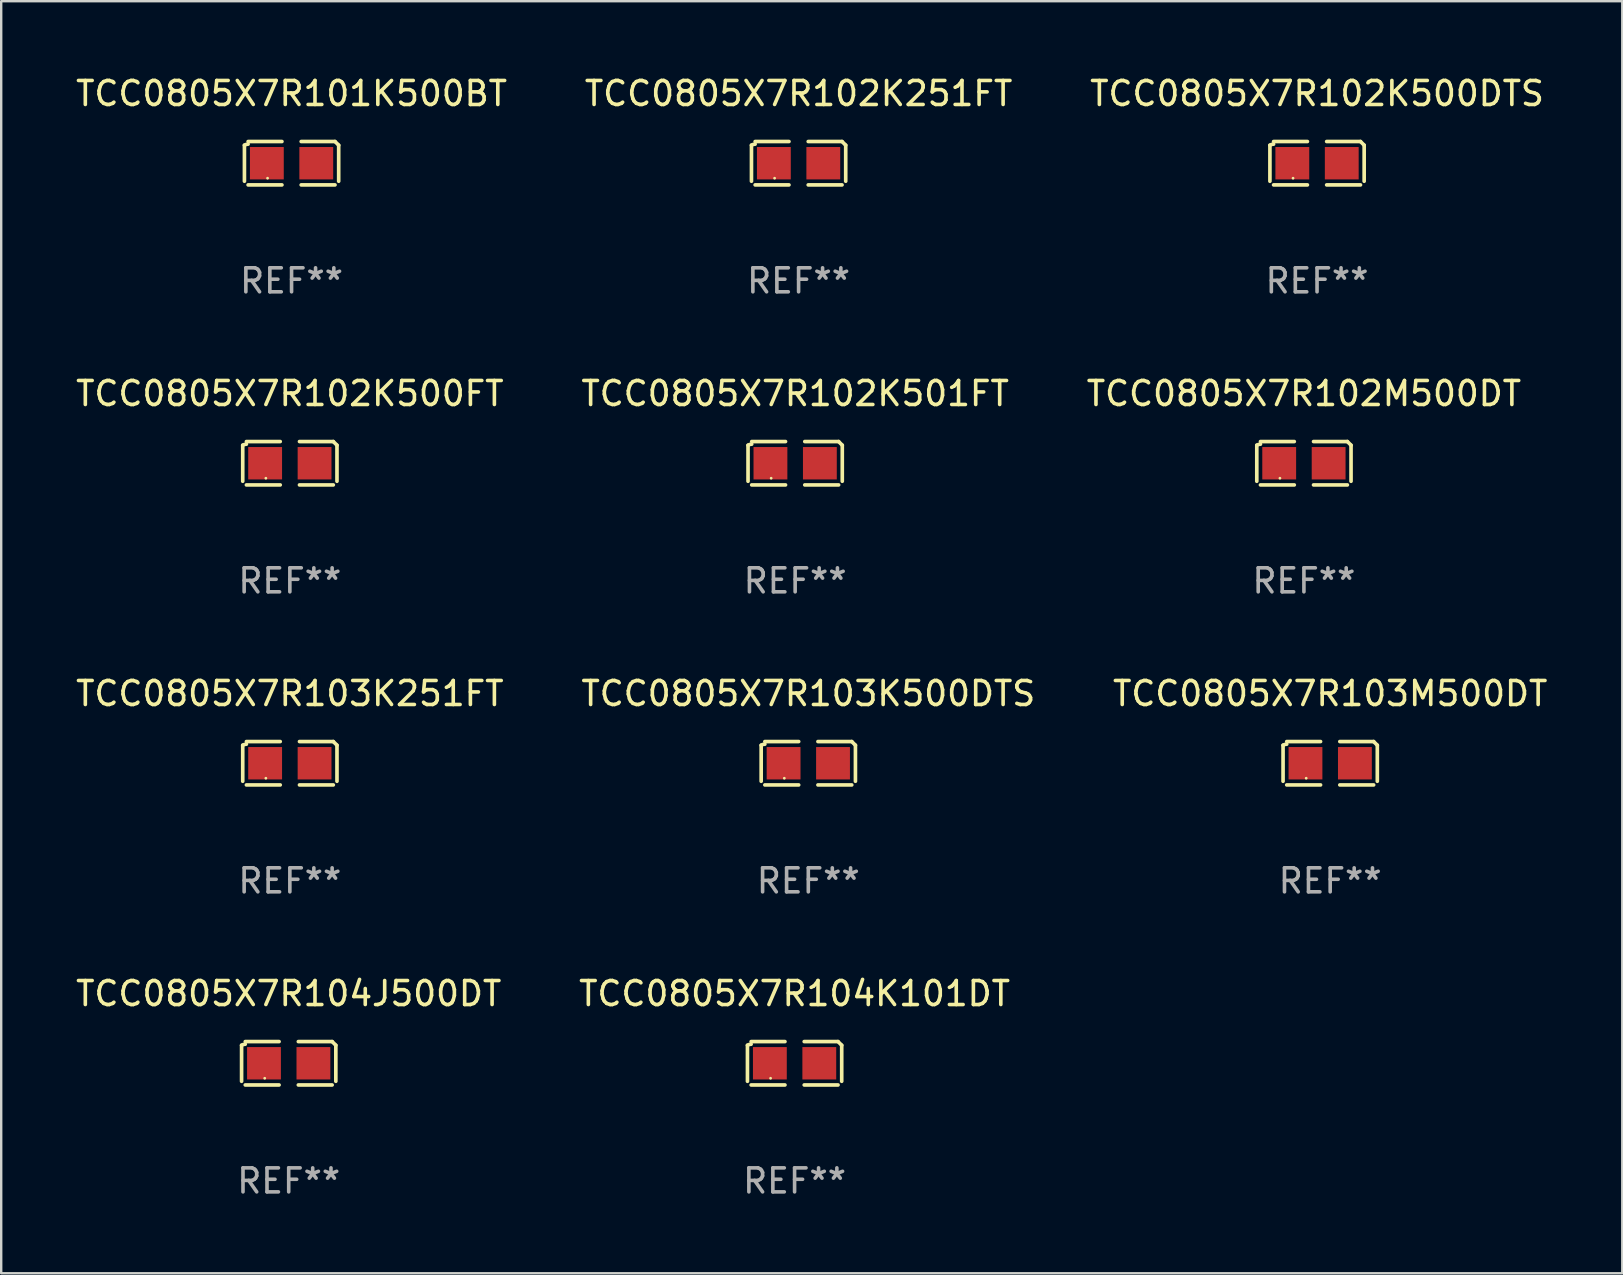
<source format=kicad_pcb>
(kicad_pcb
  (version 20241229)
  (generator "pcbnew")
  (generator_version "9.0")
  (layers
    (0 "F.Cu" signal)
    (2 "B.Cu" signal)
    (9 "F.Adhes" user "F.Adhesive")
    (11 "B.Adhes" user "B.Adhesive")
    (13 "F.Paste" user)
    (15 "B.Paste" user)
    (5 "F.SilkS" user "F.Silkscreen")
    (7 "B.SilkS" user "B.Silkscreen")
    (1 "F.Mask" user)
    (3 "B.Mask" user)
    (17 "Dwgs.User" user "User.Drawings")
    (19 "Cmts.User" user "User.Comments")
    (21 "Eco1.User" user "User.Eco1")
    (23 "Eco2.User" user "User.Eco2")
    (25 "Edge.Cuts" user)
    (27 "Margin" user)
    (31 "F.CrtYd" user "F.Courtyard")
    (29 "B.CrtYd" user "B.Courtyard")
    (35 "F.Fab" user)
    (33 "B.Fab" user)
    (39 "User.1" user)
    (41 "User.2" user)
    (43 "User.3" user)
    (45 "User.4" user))
  (footprint "TCC0805X7R102M500DT"
    (layer "F.Cu")
    (at 51.292 16.256)
    (property "Reference" "TCC0805X7R102M500DT" (at 0 -2.904 0) (layer "F.SilkS") (effects (font (size 1 1) (thickness 0.15))))
    (attr through_hole)
    (fp_line (start -1.964 0.751) (end -1.964 -0.751) (stroke (width 0.152) (type solid)) (layer "F.SilkS"))
    (fp_line (start -1.811 -0.904) (end -0.401 -0.904) (stroke (width 0.152) (type solid)) (layer "F.SilkS"))
    (fp_line (start -0.401 0.904) (end -1.811 0.904) (stroke (width 0.152) (type solid)) (layer "F.SilkS"))
    (fp_line (start 0.401 0.904) (end 1.811 0.904) (stroke (width 0.152) (type solid)) (layer "F.SilkS"))
    (fp_line (start 1.811 -0.904) (end 0.401 -0.904) (stroke (width 0.152) (type solid)) (layer "F.SilkS"))
    (fp_line (start 1.964 0.751) (end 1.964 -0.751) (stroke (width 0.152) (type solid)) (layer "F.SilkS"))
    (fp_arc (start -1.963602 -0.751207) (mid -1.890354 -0.783131) (end -1.811201 -0.794044) (stroke (width 0.1524) (type solid)) (layer "F.SilkS"))
    (fp_arc (start 1.811202 -0.903607) (mid 1.887413 -0.827418) (end 1.963602 -0.751207) (stroke (width 0.1524) (type solid)) (layer "F.SilkS"))
    (fp_circle (center -1 0.625) (end -0.97 0.625) (stroke (width 0.06) (type solid)) (fill no) (layer "F.SilkS"))
    (fp_text user "REF**" (at 0 4.904 0) (layer "F.Fab") (effects (font (size 1 1) (thickness 0.15))))
    (pad "1" smd rect (at -1.03 0) (size 1.41 1.35) (layers "F.Cu" "F.Mask" "F.Paste"))
    (pad "2" smd rect (at 1.03 0) (size 1.41 1.35) (layers "F.Cu" "F.Mask" "F.Paste")))
  (footprint "TCC0805X7R104K101DT"
    (layer "F.Cu")
    (at 30.065 41.263)
    (property "Reference" "TCC0805X7R104K101DT" (at 0 -2.904 0) (layer "F.SilkS") (effects (font (size 1 1) (thickness 0.15))))
    (attr through_hole)
    (fp_line (start -1.964 0.751) (end -1.964 -0.751) (stroke (width 0.152) (type solid)) (layer "F.SilkS"))
    (fp_line (start -1.811 -0.904) (end -0.401 -0.904) (stroke (width 0.152) (type solid)) (layer "F.SilkS"))
    (fp_line (start -0.401 0.904) (end -1.811 0.904) (stroke (width 0.152) (type solid)) (layer "F.SilkS"))
    (fp_line (start 0.401 0.904) (end 1.811 0.904) (stroke (width 0.152) (type solid)) (layer "F.SilkS"))
    (fp_line (start 1.811 -0.904) (end 0.401 -0.904) (stroke (width 0.152) (type solid)) (layer "F.SilkS"))
    (fp_line (start 1.964 0.751) (end 1.964 -0.751) (stroke (width 0.152) (type solid)) (layer "F.SilkS"))
    (fp_arc (start -1.963602 -0.751207) (mid -1.890354 -0.783131) (end -1.811201 -0.794044) (stroke (width 0.1524) (type solid)) (layer "F.SilkS"))
    (fp_arc (start 1.811202 -0.903607) (mid 1.887413 -0.827418) (end 1.963602 -0.751207) (stroke (width 0.1524) (type solid)) (layer "F.SilkS"))
    (fp_circle (center -1 0.625) (end -0.97 0.625) (stroke (width 0.06) (type solid)) (fill no) (layer "F.SilkS"))
    (fp_text user "REF**" (at 0 4.904 0) (layer "F.Fab") (effects (font (size 1 1) (thickness 0.15))))
    (pad "1" smd rect (at -1.03 0) (size 1.41 1.35) (layers "F.Cu" "F.Mask" "F.Paste"))
    (pad "2" smd rect (at 1.03 0) (size 1.41 1.35) (layers "F.Cu" "F.Mask" "F.Paste")))
  (footprint "TCC0805X7R103K500DTS"
    (layer "F.Cu")
    (at 30.637 28.759)
    (property "Reference" "TCC0805X7R103K500DTS" (at 0 -2.904 0) (layer "F.SilkS") (effects (font (size 1 1) (thickness 0.15))))
    (attr through_hole)
    (fp_line (start -1.964 0.751) (end -1.964 -0.751) (stroke (width 0.152) (type solid)) (layer "F.SilkS"))
    (fp_line (start -1.811 -0.904) (end -0.401 -0.904) (stroke (width 0.152) (type solid)) (layer "F.SilkS"))
    (fp_line (start -0.401 0.904) (end -1.811 0.904) (stroke (width 0.152) (type solid)) (layer "F.SilkS"))
    (fp_line (start 0.401 0.904) (end 1.811 0.904) (stroke (width 0.152) (type solid)) (layer "F.SilkS"))
    (fp_line (start 1.811 -0.904) (end 0.401 -0.904) (stroke (width 0.152) (type solid)) (layer "F.SilkS"))
    (fp_line (start 1.964 0.751) (end 1.964 -0.751) (stroke (width 0.152) (type solid)) (layer "F.SilkS"))
    (fp_arc (start -1.963602 -0.751207) (mid -1.890354 -0.783131) (end -1.811201 -0.794044) (stroke (width 0.1524) (type solid)) (layer "F.SilkS"))
    (fp_arc (start 1.811202 -0.903607) (mid 1.887413 -0.827418) (end 1.963602 -0.751207) (stroke (width 0.1524) (type solid)) (layer "F.SilkS"))
    (fp_circle (center -1 0.625) (end -0.97 0.625) (stroke (width 0.06) (type solid)) (fill no) (layer "F.SilkS"))
    (fp_text user "REF**" (at 0 4.904 0) (layer "F.Fab") (effects (font (size 1 1) (thickness 0.15))))
    (pad "1" smd rect (at -1.03 0) (size 1.41 1.35) (layers "F.Cu" "F.Mask" "F.Paste"))
    (pad "2" smd rect (at 1.03 0) (size 1.41 1.35) (layers "F.Cu" "F.Mask" "F.Paste")))
  (footprint "TCC0805X7R102K500DTS"
    (layer "F.Cu")
    (at 51.839 3.752)
    (property "Reference" "TCC0805X7R102K500DTS" (at 0 -2.904 0) (layer "F.SilkS") (effects (font (size 1 1) (thickness 0.15))))
    (attr through_hole)
    (fp_line (start -1.964 0.751) (end -1.964 -0.751) (stroke (width 0.152) (type solid)) (layer "F.SilkS"))
    (fp_line (start -1.811 -0.904) (end -0.401 -0.904) (stroke (width 0.152) (type solid)) (layer "F.SilkS"))
    (fp_line (start -0.401 0.904) (end -1.811 0.904) (stroke (width 0.152) (type solid)) (layer "F.SilkS"))
    (fp_line (start 0.401 0.904) (end 1.811 0.904) (stroke (width 0.152) (type solid)) (layer "F.SilkS"))
    (fp_line (start 1.811 -0.904) (end 0.401 -0.904) (stroke (width 0.152) (type solid)) (layer "F.SilkS"))
    (fp_line (start 1.964 0.751) (end 1.964 -0.751) (stroke (width 0.152) (type solid)) (layer "F.SilkS"))
    (fp_arc (start -1.963602 -0.751207) (mid -1.890354 -0.783131) (end -1.811201 -0.794044) (stroke (width 0.1524) (type solid)) (layer "F.SilkS"))
    (fp_arc (start 1.811202 -0.903607) (mid 1.887413 -0.827418) (end 1.963602 -0.751207) (stroke (width 0.1524) (type solid)) (layer "F.SilkS"))
    (fp_circle (center -1 0.625) (end -0.97 0.625) (stroke (width 0.06) (type solid)) (fill no) (layer "F.SilkS"))
    (fp_text user "REF**" (at 0 4.904 0) (layer "F.Fab") (effects (font (size 1 1) (thickness 0.15))))
    (pad "1" smd rect (at -1.03 0) (size 1.41 1.35) (layers "F.Cu" "F.Mask" "F.Paste"))
    (pad "2" smd rect (at 1.03 0) (size 1.41 1.35) (layers "F.Cu" "F.Mask" "F.Paste")))
  (footprint "TCC0805X7R103K251FT"
    (layer "F.Cu")
    (at 9.03 28.759)
    (property "Reference" "TCC0805X7R103K251FT" (at 0 -2.904 0) (layer "F.SilkS") (effects (font (size 1 1) (thickness 0.15))))
    (attr through_hole)
    (fp_line (start -1.964 0.751) (end -1.964 -0.751) (stroke (width 0.152) (type solid)) (layer "F.SilkS"))
    (fp_line (start -1.811 -0.904) (end -0.401 -0.904) (stroke (width 0.152) (type solid)) (layer "F.SilkS"))
    (fp_line (start -0.401 0.904) (end -1.811 0.904) (stroke (width 0.152) (type solid)) (layer "F.SilkS"))
    (fp_line (start 0.401 0.904) (end 1.811 0.904) (stroke (width 0.152) (type solid)) (layer "F.SilkS"))
    (fp_line (start 1.811 -0.904) (end 0.401 -0.904) (stroke (width 0.152) (type solid)) (layer "F.SilkS"))
    (fp_line (start 1.964 0.751) (end 1.964 -0.751) (stroke (width 0.152) (type solid)) (layer "F.SilkS"))
    (fp_arc (start -1.963602 -0.751207) (mid -1.890354 -0.783131) (end -1.811201 -0.794044) (stroke (width 0.1524) (type solid)) (layer "F.SilkS"))
    (fp_arc (start 1.811202 -0.903607) (mid 1.887413 -0.827418) (end 1.963602 -0.751207) (stroke (width 0.1524) (type solid)) (layer "F.SilkS"))
    (fp_circle (center -1 0.625) (end -0.97 0.625) (stroke (width 0.06) (type solid)) (fill no) (layer "F.SilkS"))
    (fp_text user "REF**" (at 0 4.904 0) (layer "F.Fab") (effects (font (size 1 1) (thickness 0.15))))
    (pad "1" smd rect (at -1.03 0) (size 1.41 1.35) (layers "F.Cu" "F.Mask" "F.Paste"))
    (pad "2" smd rect (at 1.03 0) (size 1.41 1.35) (layers "F.Cu" "F.Mask" "F.Paste")))
  (footprint "TCC0805X7R103M500DT"
    (layer "F.Cu")
    (at 52.387 28.759)
    (property "Reference" "TCC0805X7R103M500DT" (at 0 -2.904 0) (layer "F.SilkS") (effects (font (size 1 1) (thickness 0.15))))
    (attr through_hole)
    (fp_line (start -1.964 0.751) (end -1.964 -0.751) (stroke (width 0.152) (type solid)) (layer "F.SilkS"))
    (fp_line (start -1.811 -0.904) (end -0.401 -0.904) (stroke (width 0.152) (type solid)) (layer "F.SilkS"))
    (fp_line (start -0.401 0.904) (end -1.811 0.904) (stroke (width 0.152) (type solid)) (layer "F.SilkS"))
    (fp_line (start 0.401 0.904) (end 1.811 0.904) (stroke (width 0.152) (type solid)) (layer "F.SilkS"))
    (fp_line (start 1.811 -0.904) (end 0.401 -0.904) (stroke (width 0.152) (type solid)) (layer "F.SilkS"))
    (fp_line (start 1.964 0.751) (end 1.964 -0.751) (stroke (width 0.152) (type solid)) (layer "F.SilkS"))
    (fp_arc (start -1.963602 -0.751207) (mid -1.890354 -0.783131) (end -1.811201 -0.794044) (stroke (width 0.1524) (type solid)) (layer "F.SilkS"))
    (fp_arc (start 1.811202 -0.903607) (mid 1.887413 -0.827418) (end 1.963602 -0.751207) (stroke (width 0.1524) (type solid)) (layer "F.SilkS"))
    (fp_circle (center -1 0.625) (end -0.97 0.625) (stroke (width 0.06) (type solid)) (fill no) (layer "F.SilkS"))
    (fp_text user "REF**" (at 0 4.904 0) (layer "F.Fab") (effects (font (size 1 1) (thickness 0.15))))
    (pad "1" smd rect (at -1.03 0) (size 1.41 1.35) (layers "F.Cu" "F.Mask" "F.Paste"))
    (pad "2" smd rect (at 1.03 0) (size 1.41 1.35) (layers "F.Cu" "F.Mask" "F.Paste")))
  (footprint "TCC0805X7R104J500DT"
    (layer "F.Cu")
    (at 8.982 41.263)
    (property "Reference" "TCC0805X7R104J500DT" (at 0 -2.904 0) (layer "F.SilkS") (effects (font (size 1 1) (thickness 0.15))))
    (attr through_hole)
    (fp_line (start -1.964 0.751) (end -1.964 -0.751) (stroke (width 0.152) (type solid)) (layer "F.SilkS"))
    (fp_line (start -1.811 -0.904) (end -0.401 -0.904) (stroke (width 0.152) (type solid)) (layer "F.SilkS"))
    (fp_line (start -0.401 0.904) (end -1.811 0.904) (stroke (width 0.152) (type solid)) (layer "F.SilkS"))
    (fp_line (start 0.401 0.904) (end 1.811 0.904) (stroke (width 0.152) (type solid)) (layer "F.SilkS"))
    (fp_line (start 1.811 -0.904) (end 0.401 -0.904) (stroke (width 0.152) (type solid)) (layer "F.SilkS"))
    (fp_line (start 1.964 0.751) (end 1.964 -0.751) (stroke (width 0.152) (type solid)) (layer "F.SilkS"))
    (fp_arc (start -1.963602 -0.751207) (mid -1.890354 -0.783131) (end -1.811201 -0.794044) (stroke (width 0.1524) (type solid)) (layer "F.SilkS"))
    (fp_arc (start 1.811202 -0.903607) (mid 1.887413 -0.827418) (end 1.963602 -0.751207) (stroke (width 0.1524) (type solid)) (layer "F.SilkS"))
    (fp_circle (center -1 0.625) (end -0.97 0.625) (stroke (width 0.06) (type solid)) (fill no) (layer "F.SilkS"))
    (fp_text user "REF**" (at 0 4.904 0) (layer "F.Fab") (effects (font (size 1 1) (thickness 0.15))))
    (pad "1" smd rect (at -1.03 0) (size 1.41 1.35) (layers "F.Cu" "F.Mask" "F.Paste"))
    (pad "2" smd rect (at 1.03 0) (size 1.41 1.35) (layers "F.Cu" "F.Mask" "F.Paste")))
  (footprint "TCC0805X7R102K500FT"
    (layer "F.Cu")
    (at 9.03 16.256)
    (property "Reference" "TCC0805X7R102K500FT" (at 0 -2.904 0) (layer "F.SilkS") (effects (font (size 1 1) (thickness 0.15))))
    (attr through_hole)
    (fp_line (start -1.964 0.751) (end -1.964 -0.751) (stroke (width 0.152) (type solid)) (layer "F.SilkS"))
    (fp_line (start -1.811 -0.904) (end -0.401 -0.904) (stroke (width 0.152) (type solid)) (layer "F.SilkS"))
    (fp_line (start -0.401 0.904) (end -1.811 0.904) (stroke (width 0.152) (type solid)) (layer "F.SilkS"))
    (fp_line (start 0.401 0.904) (end 1.811 0.904) (stroke (width 0.152) (type solid)) (layer "F.SilkS"))
    (fp_line (start 1.811 -0.904) (end 0.401 -0.904) (stroke (width 0.152) (type solid)) (layer "F.SilkS"))
    (fp_line (start 1.964 0.751) (end 1.964 -0.751) (stroke (width 0.152) (type solid)) (layer "F.SilkS"))
    (fp_arc (start -1.963602 -0.751207) (mid -1.890354 -0.783131) (end -1.811201 -0.794044) (stroke (width 0.1524) (type solid)) (layer "F.SilkS"))
    (fp_arc (start 1.811202 -0.903607) (mid 1.887413 -0.827418) (end 1.963602 -0.751207) (stroke (width 0.1524) (type solid)) (layer "F.SilkS"))
    (fp_circle (center -1 0.625) (end -0.97 0.625) (stroke (width 0.06) (type solid)) (fill no) (layer "F.SilkS"))
    (fp_text user "REF**" (at 0 4.904 0) (layer "F.Fab") (effects (font (size 1 1) (thickness 0.15))))
    (pad "1" smd rect (at -1.03 0) (size 1.41 1.35) (layers "F.Cu" "F.Mask" "F.Paste"))
    (pad "2" smd rect (at 1.03 0) (size 1.41 1.35) (layers "F.Cu" "F.Mask" "F.Paste")))
  (footprint "TCC0805X7R101K500BT"
    (layer "F.Cu")
    (at 9.101 3.752)
    (property "Reference" "TCC0805X7R101K500BT" (at 0 -2.904 0) (layer "F.SilkS") (effects (font (size 1 1) (thickness 0.15))))
    (attr through_hole)
    (fp_line (start -1.964 0.751) (end -1.964 -0.751) (stroke (width 0.152) (type solid)) (layer "F.SilkS"))
    (fp_line (start -1.811 -0.904) (end -0.401 -0.904) (stroke (width 0.152) (type solid)) (layer "F.SilkS"))
    (fp_line (start -0.401 0.904) (end -1.811 0.904) (stroke (width 0.152) (type solid)) (layer "F.SilkS"))
    (fp_line (start 0.401 0.904) (end 1.811 0.904) (stroke (width 0.152) (type solid)) (layer "F.SilkS"))
    (fp_line (start 1.811 -0.904) (end 0.401 -0.904) (stroke (width 0.152) (type solid)) (layer "F.SilkS"))
    (fp_line (start 1.964 0.751) (end 1.964 -0.751) (stroke (width 0.152) (type solid)) (layer "F.SilkS"))
    (fp_arc (start -1.963602 -0.751207) (mid -1.890354 -0.783131) (end -1.811201 -0.794044) (stroke (width 0.1524) (type solid)) (layer "F.SilkS"))
    (fp_arc (start 1.811202 -0.903607) (mid 1.887413 -0.827418) (end 1.963602 -0.751207) (stroke (width 0.1524) (type solid)) (layer "F.SilkS"))
    (fp_circle (center -1 0.625) (end -0.97 0.625) (stroke (width 0.06) (type solid)) (fill no) (layer "F.SilkS"))
    (fp_text user "REF**" (at 0 4.904 0) (layer "F.Fab") (effects (font (size 1 1) (thickness 0.15))))
    (pad "1" smd rect (at -1.03 0) (size 1.41 1.35) (layers "F.Cu" "F.Mask" "F.Paste"))
    (pad "2" smd rect (at 1.03 0) (size 1.41 1.35) (layers "F.Cu" "F.Mask" "F.Paste")))
  (footprint "TCC0805X7R102K251FT"
    (layer "F.Cu")
    (at 30.232 3.752)
    (property "Reference" "TCC0805X7R102K251FT" (at 0 -2.904 0) (layer "F.SilkS") (effects (font (size 1 1) (thickness 0.15))))
    (attr through_hole)
    (fp_line (start -1.964 0.751) (end -1.964 -0.751) (stroke (width 0.152) (type solid)) (layer "F.SilkS"))
    (fp_line (start -1.811 -0.904) (end -0.401 -0.904) (stroke (width 0.152) (type solid)) (layer "F.SilkS"))
    (fp_line (start -0.401 0.904) (end -1.811 0.904) (stroke (width 0.152) (type solid)) (layer "F.SilkS"))
    (fp_line (start 0.401 0.904) (end 1.811 0.904) (stroke (width 0.152) (type solid)) (layer "F.SilkS"))
    (fp_line (start 1.811 -0.904) (end 0.401 -0.904) (stroke (width 0.152) (type solid)) (layer "F.SilkS"))
    (fp_line (start 1.964 0.751) (end 1.964 -0.751) (stroke (width 0.152) (type solid)) (layer "F.SilkS"))
    (fp_arc (start -1.963602 -0.751207) (mid -1.890354 -0.783131) (end -1.811201 -0.794044) (stroke (width 0.1524) (type solid)) (layer "F.SilkS"))
    (fp_arc (start 1.811202 -0.903607) (mid 1.887413 -0.827418) (end 1.963602 -0.751207) (stroke (width 0.1524) (type solid)) (layer "F.SilkS"))
    (fp_circle (center -1 0.625) (end -0.97 0.625) (stroke (width 0.06) (type solid)) (fill no) (layer "F.SilkS"))
    (fp_text user "REF**" (at 0 4.904 0) (layer "F.Fab") (effects (font (size 1 1) (thickness 0.15))))
    (pad "1" smd rect (at -1.03 0) (size 1.41 1.35) (layers "F.Cu" "F.Mask" "F.Paste"))
    (pad "2" smd rect (at 1.03 0) (size 1.41 1.35) (layers "F.Cu" "F.Mask" "F.Paste")))
  (footprint "TCC0805X7R102K501FT"
    (layer "F.Cu")
    (at 30.089 16.256)
    (property "Reference" "TCC0805X7R102K501FT" (at 0 -2.904 0) (layer "F.SilkS") (effects (font (size 1 1) (thickness 0.15))))
    (attr through_hole)
    (fp_line (start -1.964 0.751) (end -1.964 -0.751) (stroke (width 0.152) (type solid)) (layer "F.SilkS"))
    (fp_line (start -1.811 -0.904) (end -0.401 -0.904) (stroke (width 0.152) (type solid)) (layer "F.SilkS"))
    (fp_line (start -0.401 0.904) (end -1.811 0.904) (stroke (width 0.152) (type solid)) (layer "F.SilkS"))
    (fp_line (start 0.401 0.904) (end 1.811 0.904) (stroke (width 0.152) (type solid)) (layer "F.SilkS"))
    (fp_line (start 1.811 -0.904) (end 0.401 -0.904) (stroke (width 0.152) (type solid)) (layer "F.SilkS"))
    (fp_line (start 1.964 0.751) (end 1.964 -0.751) (stroke (width 0.152) (type solid)) (layer "F.SilkS"))
    (fp_arc (start -1.963602 -0.751207) (mid -1.890354 -0.783131) (end -1.811201 -0.794044) (stroke (width 0.1524) (type solid)) (layer "F.SilkS"))
    (fp_arc (start 1.811202 -0.903607) (mid 1.887413 -0.827418) (end 1.963602 -0.751207) (stroke (width 0.1524) (type solid)) (layer "F.SilkS"))
    (fp_circle (center -1 0.625) (end -0.97 0.625) (stroke (width 0.06) (type solid)) (fill no) (layer "F.SilkS"))
    (fp_text user "REF**" (at 0 4.904 0) (layer "F.Fab") (effects (font (size 1 1) (thickness 0.15))))
    (pad "1" smd rect (at -1.03 0) (size 1.41 1.35) (layers "F.Cu" "F.Mask" "F.Paste"))
    (pad "2" smd rect (at 1.03 0) (size 1.41 1.35) (layers "F.Cu" "F.Mask" "F.Paste")))
  (gr_rect
    (start -3 -3)
    (end 64.56 50.015)
    (stroke (width 0.1) (type default))
    (fill no)
    (layer "Edge.Cuts")))
</source>
